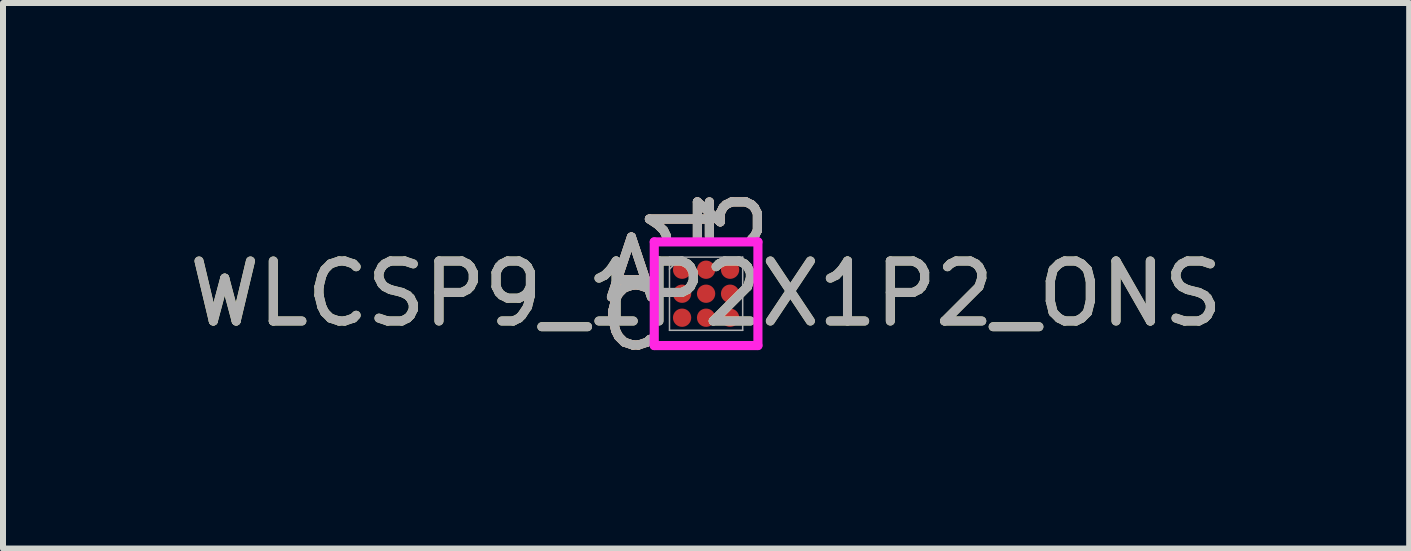
<source format=kicad_pcb>
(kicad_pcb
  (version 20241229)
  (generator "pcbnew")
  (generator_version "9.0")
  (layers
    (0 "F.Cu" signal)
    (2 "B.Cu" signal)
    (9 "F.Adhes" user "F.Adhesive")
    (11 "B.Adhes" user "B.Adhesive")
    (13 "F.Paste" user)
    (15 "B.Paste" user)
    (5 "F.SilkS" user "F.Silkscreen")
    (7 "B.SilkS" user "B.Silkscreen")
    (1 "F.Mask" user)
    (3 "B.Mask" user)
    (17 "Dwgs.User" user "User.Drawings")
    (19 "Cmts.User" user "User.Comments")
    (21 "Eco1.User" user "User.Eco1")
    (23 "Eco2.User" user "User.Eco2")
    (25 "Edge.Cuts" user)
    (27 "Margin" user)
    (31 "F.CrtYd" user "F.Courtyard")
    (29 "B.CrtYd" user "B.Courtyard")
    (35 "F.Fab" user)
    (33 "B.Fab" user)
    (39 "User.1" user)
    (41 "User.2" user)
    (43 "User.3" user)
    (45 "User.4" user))
  (footprint "WLCSP9_1P2X1P2_ONS"
    (layer "F.Cu")
    (at 8.72 1.846)
    (property "Reference" "WLCSP9_1P2X1P2_ONS" (at 0 0 0) (unlocked yes) (layer "F.SilkS") (effects (font (size 1 1) (thickness 0.15))))
    (attr smd)
    (fp_poly (pts (xy -1.044 -1.044) (xy 1.044 -1.044) (xy 1.044 1.044) (xy -1.044 1.044)) (stroke (width 0.1) (type solid)) (fill no) (layer "Eco2.User"))
    (fp_line (start -0.864 -0.864) (end 0.864 -0.864) (stroke (width 0.152) (type solid)) (layer "F.CrtYd"))
    (fp_line (start -0.864 0.864) (end -0.864 -0.864) (stroke (width 0.152) (type solid)) (layer "F.CrtYd"))
    (fp_line (start 0.864 -0.864) (end 0.864 0.864) (stroke (width 0.152) (type solid)) (layer "F.CrtYd"))
    (fp_line (start 0.864 0.864) (end -0.864 0.864) (stroke (width 0.152) (type solid)) (layer "F.CrtYd"))
    (fp_line (start -0.61 -0.61) (end -0.61 0.61) (stroke (width 0.025) (type solid)) (layer "F.Fab"))
    (fp_line (start -0.61 0.61) (end 0.61 0.61) (stroke (width 0.025) (type solid)) (layer "F.Fab"))
    (fp_line (start -0.41 -0.61) (end -0.61 -0.41) (stroke (width 0.025) (type solid)) (layer "F.Fab"))
    (fp_line (start 0.61 -0.61) (end -0.61 -0.61) (stroke (width 0.025) (type solid)) (layer "F.Fab"))
    (fp_line (start 0.61 0.61) (end 0.61 -0.61) (stroke (width 0.025) (type solid)) (layer "F.Fab"))
    (fp_text user "A" (at -1.245 -0.4 0) (unlocked yes) (layer "F.SilkS") (effects (font (size 1 1) (thickness 0.15))))
    (fp_text user "3" (at 0.4 -1.245 90) (unlocked yes) (layer "F.SilkS") (effects (font (size 1 1) (thickness 0.15))))
    (fp_text user "1" (at -0.4 -1.245 90) (unlocked yes) (layer "F.SilkS") (effects (font (size 1 1) (thickness 0.15))))
    (fp_text user "C" (at -1.245 0.4 0) (unlocked yes) (layer "F.SilkS") (effects (font (size 1 1) (thickness 0.15))))
    (fp_text user "3" (at 0.4 -1.245 90) (unlocked yes) (layer "B.SilkS") (effects (font (size 1 1) (thickness 0.15))))
    (fp_text user "C" (at -1.245 0.4 0) (unlocked yes) (layer "B.SilkS") (effects (font (size 1 1) (thickness 0.15))))
    (fp_text user "1" (at -0.4 -1.245 90) (unlocked yes) (layer "B.SilkS") (effects (font (size 1 1) (thickness 0.15))))
    (fp_text user "A" (at -1.245 -0.4 0) (unlocked yes) (layer "B.SilkS") (effects (font (size 1 1) (thickness 0.15))))
    (fp_text user "C" (at -1.245 0.4 0) (unlocked yes) (layer "F.Fab") (effects (font (size 1 1) (thickness 0.15))))
    (fp_text user "1" (at -0.4 -1.245 90) (unlocked yes) (layer "F.Fab") (effects (font (size 1 1) (thickness 0.15))))
    (fp_text user "${REFERENCE}" (at 0 0 0) (unlocked yes) (layer "F.Fab") (effects (font (size 1 1) (thickness 0.15))))
    (fp_text user "3" (at 0.4 -1.245 90) (unlocked yes) (layer "F.Fab") (effects (font (size 1 1) (thickness 0.15))))
    (fp_text user "A" (at -1.245 -0.4 0) (unlocked yes) (layer "F.Fab") (effects (font (size 1 1) (thickness 0.15))))
    (pad "A1" smd circle (at -0.4 -0.4) (size 0.305 0.305) (layers "F.Cu" "F.Mask" "F.Paste"))
    (pad "A2" smd circle (at 0 -0.4) (size 0.305 0.305) (layers "F.Cu" "F.Mask" "F.Paste"))
    (pad "A3" smd circle (at 0.4 -0.4) (size 0.305 0.305) (layers "F.Cu" "F.Mask" "F.Paste"))
    (pad "B1" smd circle (at -0.4 0) (size 0.305 0.305) (layers "F.Cu" "F.Mask" "F.Paste"))
    (pad "B2" smd circle (at 0 0) (size 0.305 0.305) (layers "F.Cu" "F.Mask" "F.Paste"))
    (pad "B3" smd circle (at 0.4 0) (size 0.305 0.305) (layers "F.Cu" "F.Mask" "F.Paste"))
    (pad "C1" smd circle (at -0.4 0.4) (size 0.305 0.305) (layers "F.Cu" "F.Mask" "F.Paste"))
    (pad "C2" smd circle (at 0 0.4) (size 0.305 0.305) (layers "F.Cu" "F.Mask" "F.Paste"))
    (pad "C3" smd circle (at 0.4 0.4) (size 0.305 0.305) (layers "F.Cu" "F.Mask" "F.Paste")))
  (gr_rect
    (start -3 -3)
    (end 20.44 6.094)
    (stroke (width 0.1) (type default))
    (fill no)
    (layer "Edge.Cuts")))
</source>
